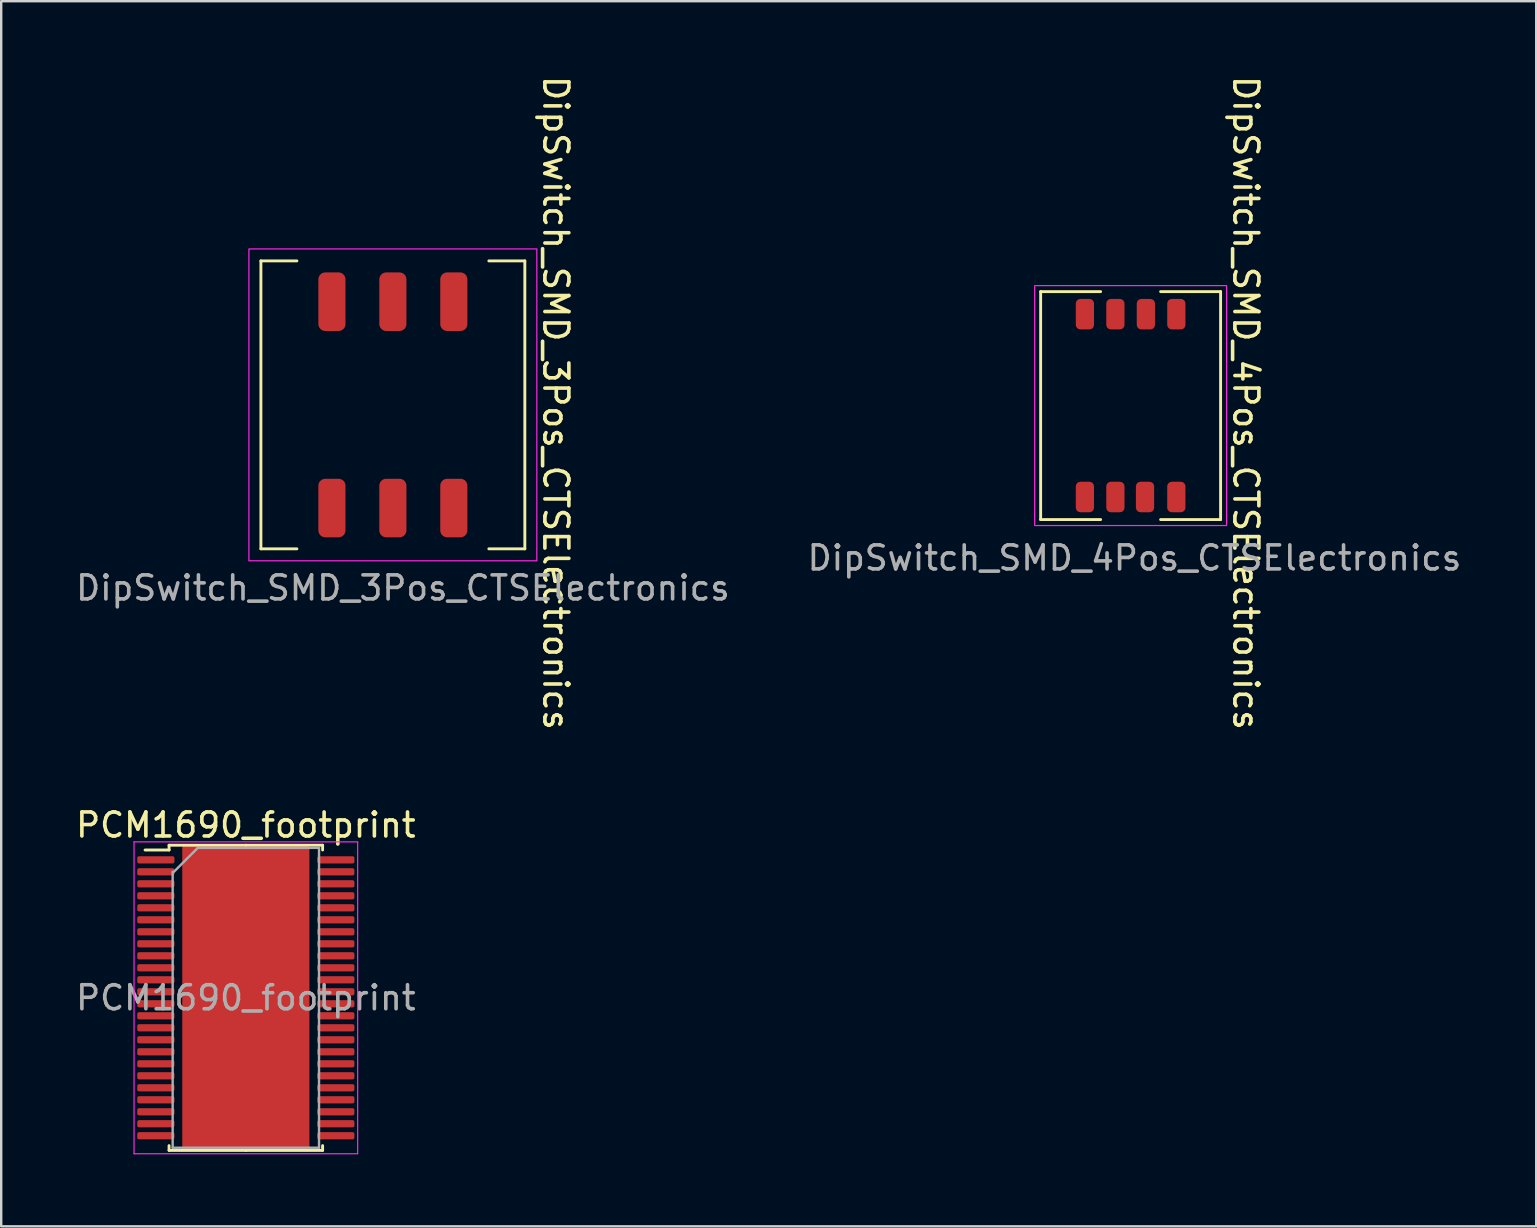
<source format=kicad_pcb>
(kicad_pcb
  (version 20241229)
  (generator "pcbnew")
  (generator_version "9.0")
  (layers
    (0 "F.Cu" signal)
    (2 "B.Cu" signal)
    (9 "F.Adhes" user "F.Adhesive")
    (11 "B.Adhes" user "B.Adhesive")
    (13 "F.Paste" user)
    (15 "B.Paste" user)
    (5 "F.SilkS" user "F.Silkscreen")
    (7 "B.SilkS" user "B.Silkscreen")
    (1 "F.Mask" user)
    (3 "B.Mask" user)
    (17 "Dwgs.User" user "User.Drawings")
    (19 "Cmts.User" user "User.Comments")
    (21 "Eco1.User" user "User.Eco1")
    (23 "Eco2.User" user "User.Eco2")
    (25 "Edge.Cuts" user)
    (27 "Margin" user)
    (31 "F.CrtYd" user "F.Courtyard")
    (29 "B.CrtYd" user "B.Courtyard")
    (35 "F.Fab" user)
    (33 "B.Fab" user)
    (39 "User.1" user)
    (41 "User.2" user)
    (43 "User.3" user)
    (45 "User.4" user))
  (footprint "DipSwitch_SMD_4Pos_CTSElectronics"
    (layer "F.Cu")
    (at 44.072 13.854)
    (property "Reference" "DipSwitch_SMD_4Pos_CTSElectronics" (at 4.8 -0.11 270) (unlocked yes) (layer "F.SilkS") (effects (font (size 1 1) (thickness 0.15))))
    (attr smd)
    (fp_line (start -3.75 -4.75) (end -3.75 4.75) (stroke (width 0.12) (type solid)) (layer "F.SilkS"))
    (fp_line (start -1.25 -4.75) (end -3.75 -4.75) (stroke (width 0.12) (type solid)) (layer "F.SilkS"))
    (fp_line (start -1.25 4.75) (end -3.75 4.75) (stroke (width 0.12) (type solid)) (layer "F.SilkS"))
    (fp_line (start 1.25 -4.75) (end 3.75 -4.75) (stroke (width 0.12) (type solid)) (layer "F.SilkS"))
    (fp_line (start 1.25 4.75) (end 3.75 4.75) (stroke (width 0.12) (type solid)) (layer "F.SilkS"))
    (fp_line (start 3.75 -4.75) (end 3.75 4.75) (stroke (width 0.12) (type solid)) (layer "F.SilkS"))
    (fp_rect (start -4 -5) (end 4 5) (stroke (width 0.05) (type solid)) (fill no) (layer "F.CrtYd"))
    (fp_text user "${REFERENCE}" (at 0.16 6.35 0) (unlocked yes) (layer "F.Fab") (effects (font (size 1 1) (thickness 0.15))))
    (pad "1" smd roundrect (at -1.905 3.81 90) (size 1.27 0.76) (layers "F.Cu" "F.Mask" "F.Paste") (roundrect_rratio 0.25))
    (pad "2" smd roundrect (at -0.635 3.81 90) (size 1.27 0.76) (layers "F.Cu" "F.Mask" "F.Paste") (roundrect_rratio 0.25))
    (pad "3" smd roundrect (at 0.6 3.81 90) (size 1.27 0.76) (layers "F.Cu" "F.Mask" "F.Paste") (roundrect_rratio 0.25))
    (pad "4" smd roundrect (at 1.905 3.81 90) (size 1.27 0.76) (layers "F.Cu" "F.Mask" "F.Paste") (roundrect_rratio 0.25))
    (pad "5" smd roundrect (at 1.905 -3.81 90) (size 1.27 0.76) (layers "F.Cu" "F.Mask" "F.Paste") (roundrect_rratio 0.25))
    (pad "6" smd roundrect (at 0.635 -3.81 90) (size 1.27 0.76) (layers "F.Cu" "F.Mask" "F.Paste") (roundrect_rratio 0.25))
    (pad "7" smd roundrect (at -0.635 -3.81 90) (size 1.27 0.76) (layers "F.Cu" "F.Mask" "F.Paste") (roundrect_rratio 0.25))
    (pad "8" smd roundrect (at -1.905 -3.81 90) (size 1.27 0.76) (layers "F.Cu" "F.Mask" "F.Paste") (roundrect_rratio 0.25)))
  (footprint "DipSwitch_SMD_3Pos_CTSElectronics"
    (layer "F.Cu")
    (at 13.324 13.824)
    (property "Reference" "DipSwitch_SMD_3Pos_CTSElectronics" (at 6.79 -0.08 270) (unlocked yes) (layer "F.SilkS") (effects (font (size 1 1) (thickness 0.15))))
    (attr smd)
    (fp_line (start -5.5 -6) (end -5.5 6) (stroke (width 0.12) (type solid)) (layer "F.SilkS"))
    (fp_line (start -4 -6) (end -5.5 -6) (stroke (width 0.12) (type solid)) (layer "F.SilkS"))
    (fp_line (start -4 6) (end -5.5 6) (stroke (width 0.12) (type solid)) (layer "F.SilkS"))
    (fp_line (start 4 6) (end 5.5 6) (stroke (width 0.12) (type solid)) (layer "F.SilkS"))
    (fp_line (start 5.5 -6) (end 4 -6) (stroke (width 0.12) (type solid)) (layer "F.SilkS"))
    (fp_line (start 5.5 -6) (end 5.5 6) (stroke (width 0.12) (type solid)) (layer "F.SilkS"))
    (fp_rect (start -6 -6.5) (end 6 6.5) (stroke (width 0.05) (type solid)) (fill no) (layer "F.CrtYd"))
    (fp_text user "${REFERENCE}" (at 0.42 7.63 0) (unlocked yes) (layer "F.Fab") (effects (font (size 1 1) (thickness 0.15))))
    (pad "1" smd roundrect (at -2.54 4.3 90) (size 2.44 1.13) (layers "F.Cu" "F.Mask" "F.Paste") (roundrect_rratio 0.25))
    (pad "2" smd roundrect (at 0 4.3 90) (size 2.44 1.13) (layers "F.Cu" "F.Mask" "F.Paste") (roundrect_rratio 0.25))
    (pad "3" smd roundrect (at 2.54 4.3 90) (size 2.44 1.13) (layers "F.Cu" "F.Mask" "F.Paste") (roundrect_rratio 0.25))
    (pad "4" smd roundrect (at 2.54 -4.3 90) (size 2.44 1.13) (layers "F.Cu" "F.Mask" "F.Paste") (roundrect_rratio 0.25))
    (pad "5" smd roundrect (at 0 -4.3 90) (size 2.44 1.13) (layers "F.Cu" "F.Mask" "F.Paste") (roundrect_rratio 0.25))
    (pad "6" smd roundrect (at -2.54 -4.3 90) (size 2.44 1.13) (layers "F.Cu" "F.Mask" "F.Paste") (roundrect_rratio 0.25)))
  (footprint "PCM1690_footprint"
    (layer "F.Cu")
    (at 7.196 38.536)
    (property "Reference" "PCM1690_footprint" (at 0 -7.2 0) (layer "F.SilkS") (effects (font (size 1 1) (thickness 0.15))))
    (attr smd)
    (fp_rect (start -2.55 -6.25) (end 2.55 6.25) (stroke (width 0.2) (type solid)) (fill yes) (layer "F.Cu"))
    (fp_rect (start -1.8 -3.2) (end 1.8 3.2) (stroke (width 0.12) (type solid)) (fill yes) (layer "F.Mask"))
    (fp_line (start -3.2 -6.36) (end -3.2 -6.16) (stroke (width 0.12) (type solid)) (layer "F.SilkS"))
    (fp_line (start -3.2 -6.16) (end -4.2 -6.16) (stroke (width 0.12) (type solid)) (layer "F.SilkS"))
    (fp_line (start -3.2 6.36) (end -3.2 6.16) (stroke (width 0.12) (type solid)) (layer "F.SilkS"))
    (fp_line (start 0 -6.36) (end -3.2 -6.36) (stroke (width 0.12) (type solid)) (layer "F.SilkS"))
    (fp_line (start 0 -6.36) (end 3.2 -6.36) (stroke (width 0.12) (type solid)) (layer "F.SilkS"))
    (fp_line (start 0 6.36) (end -3.2 6.36) (stroke (width 0.12) (type solid)) (layer "F.SilkS"))
    (fp_line (start 0 6.36) (end 3.2 6.36) (stroke (width 0.12) (type solid)) (layer "F.SilkS"))
    (fp_line (start 3.2 -6.36) (end 3.2 -6.16) (stroke (width 0.12) (type solid)) (layer "F.SilkS"))
    (fp_line (start 3.2 6.36) (end 3.2 6.16) (stroke (width 0.12) (type solid)) (layer "F.SilkS"))
    (fp_rect (start -1.8 -3.2) (end 1.8 3.2) (stroke (width 0.12) (type solid)) (fill yes) (layer "F.Paste"))
    (fp_line (start -4.66 -6.5) (end -4.66 6.5) (stroke (width 0.05) (type solid)) (layer "F.CrtYd"))
    (fp_line (start -4.66 6.5) (end 4.66 6.5) (stroke (width 0.05) (type solid)) (layer "F.CrtYd"))
    (fp_line (start 4.66 -6.5) (end -4.66 -6.5) (stroke (width 0.05) (type solid)) (layer "F.CrtYd"))
    (fp_line (start 4.66 6.5) (end 4.66 -6.5) (stroke (width 0.05) (type solid)) (layer "F.CrtYd"))
    (fp_line (start -3.05 6.25) (end -3.05 -5.25) (stroke (width 0.1) (type solid)) (layer "F.Fab"))
    (fp_line (start -3 -5.25) (end -2 -6.25) (stroke (width 0.1) (type solid)) (layer "F.Fab"))
    (fp_line (start -2 -6.25) (end 3.05 -6.25) (stroke (width 0.1) (type solid)) (layer "F.Fab"))
    (fp_line (start 3.05 -6.25) (end 3.05 6.25) (stroke (width 0.1) (type solid)) (layer "F.Fab"))
    (fp_line (start 3.05 6.25) (end -3.05 6.25) (stroke (width 0.1) (type solid)) (layer "F.Fab"))
    (fp_text user "${REFERENCE}" (at 0 0 0) (layer "F.Fab") (effects (font (size 1 1) (thickness 0.15))))
    (pad "1" smd roundrect (at -3.75 -5.75) (size 1.55 0.3) (layers "F.Cu" "F.Mask" "F.Paste") (roundrect_rratio 0.25))
    (pad "2" smd roundrect (at -3.75 -5.25) (size 1.55 0.3) (layers "F.Cu" "F.Mask" "F.Paste") (roundrect_rratio 0.25))
    (pad "3" smd roundrect (at -3.75 -4.75) (size 1.55 0.3) (layers "F.Cu" "F.Mask" "F.Paste") (roundrect_rratio 0.25))
    (pad "4" smd roundrect (at -3.75 -4.25) (size 1.55 0.3) (layers "F.Cu" "F.Mask" "F.Paste") (roundrect_rratio 0.25))
    (pad "5" smd roundrect (at -3.75 -3.75) (size 1.55 0.3) (layers "F.Cu" "F.Mask" "F.Paste") (roundrect_rratio 0.25))
    (pad "6" smd roundrect (at -3.75 -3.25) (size 1.55 0.3) (layers "F.Cu" "F.Mask" "F.Paste") (roundrect_rratio 0.25))
    (pad "7" smd roundrect (at -3.75 -2.75) (size 1.55 0.3) (layers "F.Cu" "F.Mask" "F.Paste") (roundrect_rratio 0.25))
    (pad "8" smd roundrect (at -3.75 -2.25) (size 1.55 0.3) (layers "F.Cu" "F.Mask" "F.Paste") (roundrect_rratio 0.25))
    (pad "9" smd roundrect (at -3.75 -1.75) (size 1.55 0.3) (layers "F.Cu" "F.Mask" "F.Paste") (roundrect_rratio 0.25))
    (pad "10" smd roundrect (at -3.75 -1.25) (size 1.55 0.3) (layers "F.Cu" "F.Mask" "F.Paste") (roundrect_rratio 0.25))
    (pad "11" smd roundrect (at -3.75 -0.75) (size 1.55 0.3) (layers "F.Cu" "F.Mask" "F.Paste") (roundrect_rratio 0.25))
    (pad "12" smd roundrect (at -3.75 -0.25) (size 1.55 0.3) (layers "F.Cu" "F.Mask" "F.Paste") (roundrect_rratio 0.25))
    (pad "13" smd roundrect (at -3.75 0.25) (size 1.55 0.3) (layers "F.Cu" "F.Mask" "F.Paste") (roundrect_rratio 0.25))
    (pad "14" smd roundrect (at -3.75 0.75) (size 1.55 0.3) (layers "F.Cu" "F.Mask" "F.Paste") (roundrect_rratio 0.25))
    (pad "15" smd roundrect (at -3.75 1.25) (size 1.55 0.3) (layers "F.Cu" "F.Mask" "F.Paste") (roundrect_rratio 0.25))
    (pad "16" smd roundrect (at -3.75 1.75) (size 1.55 0.3) (layers "F.Cu" "F.Mask" "F.Paste") (roundrect_rratio 0.25))
    (pad "17" smd roundrect (at -3.75 2.25) (size 1.55 0.3) (layers "F.Cu" "F.Mask" "F.Paste") (roundrect_rratio 0.25))
    (pad "18" smd roundrect (at -3.75 2.75) (size 1.55 0.3) (layers "F.Cu" "F.Mask" "F.Paste") (roundrect_rratio 0.25))
    (pad "19" smd roundrect (at -3.75 3.25) (size 1.55 0.3) (layers "F.Cu" "F.Mask" "F.Paste") (roundrect_rratio 0.25))
    (pad "20" smd roundrect (at -3.75 3.75) (size 1.55 0.3) (layers "F.Cu" "F.Mask" "F.Paste") (roundrect_rratio 0.25))
    (pad "21" smd roundrect (at -3.75 4.25) (size 1.55 0.3) (layers "F.Cu" "F.Mask" "F.Paste") (roundrect_rratio 0.25))
    (pad "22" smd roundrect (at -3.75 4.75) (size 1.55 0.3) (layers "F.Cu" "F.Mask" "F.Paste") (roundrect_rratio 0.25))
    (pad "23" smd roundrect (at -3.75 5.25) (size 1.55 0.3) (layers "F.Cu" "F.Mask" "F.Paste") (roundrect_rratio 0.25))
    (pad "24" smd roundrect (at -3.75 5.75) (size 1.55 0.3) (layers "F.Cu" "F.Mask" "F.Paste") (roundrect_rratio 0.25))
    (pad "25" smd roundrect (at 3.75 5.75) (size 1.55 0.3) (layers "F.Cu" "F.Mask" "F.Paste") (roundrect_rratio 0.25))
    (pad "26" smd roundrect (at 3.75 5.25) (size 1.55 0.3) (layers "F.Cu" "F.Mask" "F.Paste") (roundrect_rratio 0.25))
    (pad "27" smd roundrect (at 3.75 4.75) (size 1.55 0.3) (layers "F.Cu" "F.Mask" "F.Paste") (roundrect_rratio 0.25))
    (pad "28" smd roundrect (at 3.75 4.25) (size 1.55 0.3) (layers "F.Cu" "F.Mask" "F.Paste") (roundrect_rratio 0.25))
    (pad "29" smd roundrect (at 3.75 3.75) (size 1.55 0.3) (layers "F.Cu" "F.Mask" "F.Paste") (roundrect_rratio 0.25))
    (pad "30" smd roundrect (at 3.75 3.25) (size 1.55 0.3) (layers "F.Cu" "F.Mask" "F.Paste") (roundrect_rratio 0.25))
    (pad "31" smd roundrect (at 3.75 2.75) (size 1.55 0.3) (layers "F.Cu" "F.Mask" "F.Paste") (roundrect_rratio 0.25))
    (pad "32" smd roundrect (at 3.75 2.25) (size 1.55 0.3) (layers "F.Cu" "F.Mask" "F.Paste") (roundrect_rratio 0.25))
    (pad "33" smd roundrect (at 3.75 1.75) (size 1.55 0.3) (layers "F.Cu" "F.Mask" "F.Paste") (roundrect_rratio 0.25))
    (pad "34" smd roundrect (at 3.75 1.25) (size 1.55 0.3) (layers "F.Cu" "F.Mask" "F.Paste") (roundrect_rratio 0.25))
    (pad "35" smd roundrect (at 3.75 0.75) (size 1.55 0.3) (layers "F.Cu" "F.Mask" "F.Paste") (roundrect_rratio 0.25))
    (pad "36" smd roundrect (at 3.75 0.25) (size 1.55 0.3) (layers "F.Cu" "F.Mask" "F.Paste") (roundrect_rratio 0.25))
    (pad "37" smd roundrect (at 3.75 -0.25) (size 1.55 0.3) (layers "F.Cu" "F.Mask" "F.Paste") (roundrect_rratio 0.25))
    (pad "38" smd roundrect (at 3.75 -0.75) (size 1.55 0.3) (layers "F.Cu" "F.Mask" "F.Paste") (roundrect_rratio 0.25))
    (pad "39" smd roundrect (at 3.75 -1.25) (size 1.55 0.3) (layers "F.Cu" "F.Mask" "F.Paste") (roundrect_rratio 0.25))
    (pad "40" smd roundrect (at 3.75 -1.75) (size 1.55 0.3) (layers "F.Cu" "F.Mask" "F.Paste") (roundrect_rratio 0.25))
    (pad "41" smd roundrect (at 3.75 -2.25) (size 1.55 0.3) (layers "F.Cu" "F.Mask" "F.Paste") (roundrect_rratio 0.25))
    (pad "42" smd roundrect (at 3.75 -2.75) (size 1.55 0.3) (layers "F.Cu" "F.Mask" "F.Paste") (roundrect_rratio 0.25))
    (pad "43" smd roundrect (at 3.75 -3.25) (size 1.55 0.3) (layers "F.Cu" "F.Mask" "F.Paste") (roundrect_rratio 0.25))
    (pad "44" smd roundrect (at 3.75 -3.75) (size 1.55 0.3) (layers "F.Cu" "F.Mask" "F.Paste") (roundrect_rratio 0.25))
    (pad "45" smd roundrect (at 3.75 -4.25) (size 1.55 0.3) (layers "F.Cu" "F.Mask" "F.Paste") (roundrect_rratio 0.25))
    (pad "46" smd roundrect (at 3.75 -4.75) (size 1.55 0.3) (layers "F.Cu" "F.Mask" "F.Paste") (roundrect_rratio 0.25))
    (pad "47" smd roundrect (at 3.75 -5.25) (size 1.55 0.3) (layers "F.Cu" "F.Mask" "F.Paste") (roundrect_rratio 0.25))
    (pad "48" smd roundrect (at 3.75 -5.75) (size 1.55 0.3) (layers "F.Cu" "F.Mask" "F.Paste") (roundrect_rratio 0.25)))
  (gr_rect
    (start -3 -3)
    (end 60.976 48.061)
    (stroke (width 0.1) (type default))
    (fill no)
    (layer "Edge.Cuts")))
</source>
